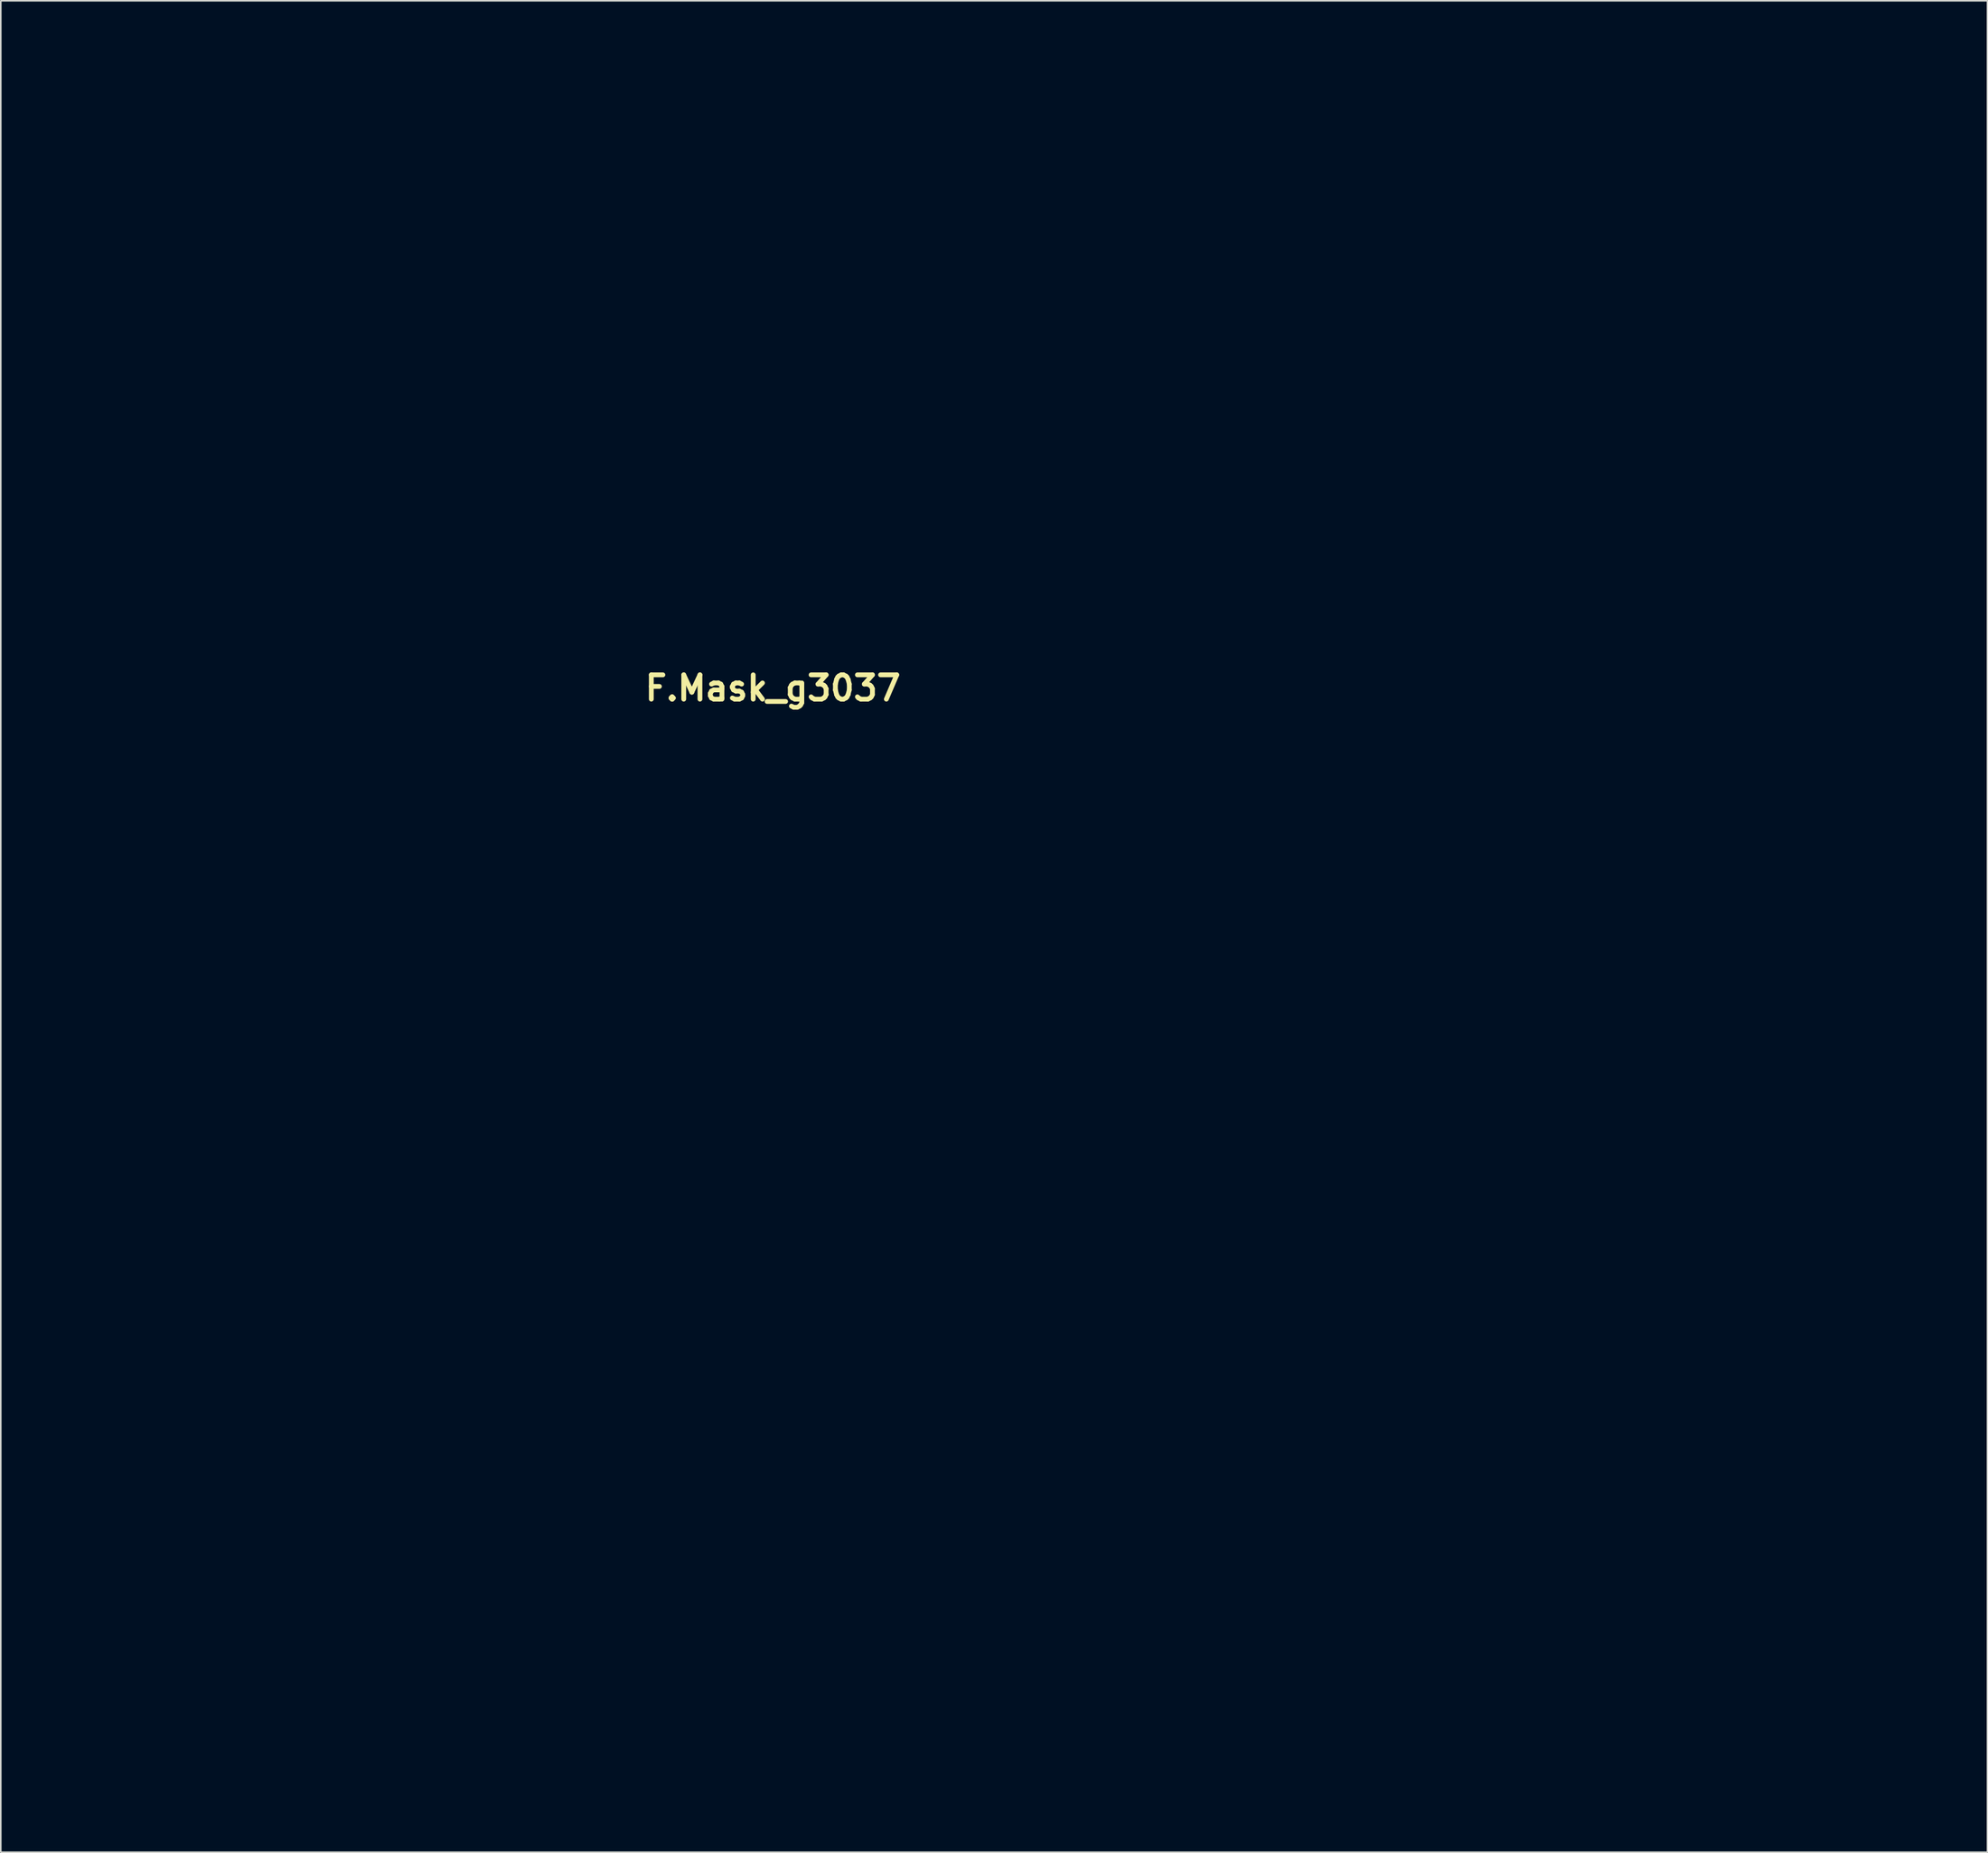
<source format=kicad_pcb>
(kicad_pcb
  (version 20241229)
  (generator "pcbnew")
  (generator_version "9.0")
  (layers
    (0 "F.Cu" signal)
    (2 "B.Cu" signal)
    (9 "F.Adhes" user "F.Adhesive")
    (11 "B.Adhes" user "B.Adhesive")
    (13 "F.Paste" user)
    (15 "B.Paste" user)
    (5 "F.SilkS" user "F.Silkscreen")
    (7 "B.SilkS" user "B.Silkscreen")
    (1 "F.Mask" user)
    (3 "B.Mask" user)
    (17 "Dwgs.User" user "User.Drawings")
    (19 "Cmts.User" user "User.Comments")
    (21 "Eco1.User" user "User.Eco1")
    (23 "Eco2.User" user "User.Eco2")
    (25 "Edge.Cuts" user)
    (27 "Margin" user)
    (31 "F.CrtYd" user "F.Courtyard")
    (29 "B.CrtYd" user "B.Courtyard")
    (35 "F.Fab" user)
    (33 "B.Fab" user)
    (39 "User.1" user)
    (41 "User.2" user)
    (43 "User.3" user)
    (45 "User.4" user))
  (footprint "F.Mask_g3037"
    (layer "F.Cu")
    (at 45.396 40.103)
    (property "Reference" "F.Mask_g3037" (at 0 0 0) (layer "F.SilkS") (effects (font (size 1.524 1.524) (thickness 0.3))))
    (attr through_hole)
    (fp_poly (pts (xy 19.175 37.42) (xy 19.21 37.473) (xy 19.256 37.548) (xy 19.309 37.636) (xy 19.315 37.646) (xy 19.484 37.945) (xy 19.636 38.242) (xy 19.766 38.531) (xy 19.872 38.805) (xy 19.951 39.057) (xy 19.953 39.068) (xy 19.998 39.298) (xy 20.013 39.538) (xy 20.001 39.778) (xy 19.962 40.008) (xy 19.897 40.218) (xy 19.864 40.293) (xy 19.775 40.441) (xy 19.655 40.577) (xy 19.504 40.699) (xy 19.319 40.81) (xy 19.1 40.908) (xy 18.846 40.996) (xy 18.555 41.072) (xy 18.226 41.138) (xy 17.859 41.194) (xy 17.451 41.241) (xy 17.441 41.242) (xy 17.317 41.255) (xy 17.196 41.266) (xy 17.091 41.277) (xy 17.013 41.284) (xy 16.992 41.286) (xy 16.926 41.291) (xy 16.882 41.292) (xy 16.87 41.289) (xy 16.885 41.273) (xy 16.928 41.237) (xy 16.99 41.185) (xy 17.066 41.124) (xy 17.404 40.829) (xy 17.72 40.501) (xy 18.011 40.144) (xy 18.275 39.763) (xy 18.509 39.361) (xy 18.711 38.944) (xy 18.879 38.515) (xy 19.01 38.078) (xy 19.102 37.638) (xy 19.124 37.489) (xy 19.136 37.428) (xy 19.149 37.396) (xy 19.158 37.395) (xy 19.175 37.42)) (stroke (width 0.01) (type solid)) (fill yes) (layer "F.Mask"))
    (fp_poly (pts (xy -4.348 -40.082) (xy -4.32 -40.032) (xy -4.277 -39.951) (xy -4.221 -39.845) (xy -4.154 -39.715) (xy -4.079 -39.567) (xy -3.997 -39.404) (xy -3.947 -39.304) (xy -3.545 -38.499) (xy -3.45 -38.51) (xy -3.366 -38.519) (xy -3.254 -38.531) (xy -3.118 -38.544) (xy -2.963 -38.559) (xy -2.794 -38.574) (xy -2.615 -38.59) (xy -2.433 -38.607) (xy -2.251 -38.623) (xy -2.075 -38.638) (xy -1.91 -38.652) (xy -1.76 -38.664) (xy -1.63 -38.675) (xy -1.526 -38.683) (xy -1.451 -38.688) (xy -1.412 -38.689) (xy -1.407 -38.689) (xy -1.416 -38.67) (xy -1.447 -38.619) (xy -1.497 -38.541) (xy -1.564 -38.438) (xy -1.646 -38.315) (xy -1.74 -38.175) (xy -1.844 -38.021) (xy -1.928 -37.898) (xy -2.46 -37.119) (xy -2.425 -37.046) (xy -2.409 -37.016) (xy -2.376 -36.951) (xy -2.326 -36.855) (xy -2.261 -36.731) (xy -2.183 -36.583) (xy -2.094 -36.414) (xy -1.995 -36.226) (xy -1.888 -36.023) (xy -1.775 -35.809) (xy -1.695 -35.658) (xy -1.549 -35.381) (xy -1.422 -35.14) (xy -1.311 -34.931) (xy -1.217 -34.752) (xy -1.138 -34.602) (xy -1.073 -34.477) (xy -1.02 -34.376) (xy -0.979 -34.295) (xy -0.947 -34.233) (xy -0.925 -34.188) (xy -0.911 -34.156) (xy -0.903 -34.137) (xy -0.901 -34.126) (xy -0.903 -34.122) (xy -0.908 -34.123) (xy -0.915 -34.126) (xy -0.919 -34.127) (xy -0.942 -34.14) (xy -0.998 -34.174) (xy -1.084 -34.225) (xy -1.199 -34.294) (xy -1.338 -34.378) (xy -1.499 -34.476) (xy -1.679 -34.586) (xy -1.876 -34.705) (xy -2.086 -34.833) (xy -2.307 -34.968) (xy -2.36 -35.001) (xy -3.768 -35.861) (xy -3.837 -35.809) (xy -3.9 -35.762) (xy -3.988 -35.696) (xy -4.099 -35.613) (xy -4.229 -35.517) (xy -4.373 -35.41) (xy -4.53 -35.294) (xy -4.696 -35.172) (xy -4.867 -35.046) (xy -5.039 -34.918) (xy -5.21 -34.792) (xy -5.377 -34.67) (xy -5.535 -34.554) (xy -5.681 -34.446) (xy -5.812 -34.35) (xy -5.925 -34.267) (xy -6.017 -34.2) (xy -6.083 -34.152) (xy -6.12 -34.126) (xy -6.128 -34.121) (xy -6.138 -34.126) (xy -6.131 -34.146) (xy -6.112 -34.203) (xy -6.08 -34.294) (xy -6.039 -34.415) (xy -5.987 -34.562) (xy -5.928 -34.734) (xy -5.861 -34.926) (xy -5.789 -35.135) (xy -5.711 -35.358) (xy -5.663 -35.496) (xy -5.583 -35.726) (xy -5.508 -35.944) (xy -5.439 -36.147) (xy -5.377 -36.331) (xy -5.323 -36.494) (xy -5.277 -36.632) (xy -5.242 -36.742) (xy -5.218 -36.82) (xy -5.207 -36.864) (xy -5.206 -36.872) (xy -5.253 -36.902) (xy -5.327 -36.951) (xy -5.426 -37.017) (xy -5.545 -37.097) (xy -5.681 -37.188) (xy -5.831 -37.289) (xy -5.989 -37.396) (xy -6.154 -37.508) (xy -6.32 -37.621) (xy -6.485 -37.733) (xy -6.645 -37.842) (xy -6.796 -37.944) (xy -6.933 -38.039) (xy -7.055 -38.122) (xy -7.156 -38.192) (xy -7.233 -38.246) (xy -7.283 -38.281) (xy -7.302 -38.295) (xy -7.302 -38.296) (xy -7.281 -38.299) (xy -7.222 -38.302) (xy -7.129 -38.304) (xy -7.003 -38.307) (xy -6.851 -38.31) (xy -6.675 -38.312) (xy -6.479 -38.314) (xy -6.266 -38.316) (xy -6.082 -38.317) (xy -4.861 -38.322) (xy -4.616 -39.204) (xy -4.564 -39.39) (xy -4.515 -39.563) (xy -4.471 -39.719) (xy -4.433 -39.854) (xy -4.401 -39.963) (xy -4.378 -40.042) (xy -4.363 -40.088) (xy -4.36 -40.098) (xy -4.348 -40.082)) (stroke (width 0.01) (type solid)) (fill yes) (layer "F.Mask"))
    (fp_poly (pts (xy 40.775 -40.062) (xy 40.794 -39.999) (xy 40.821 -39.904) (xy 40.856 -39.782) (xy 40.897 -39.636) (xy 40.943 -39.471) (xy 40.993 -39.292) (xy 41.023 -39.185) (xy 41.264 -38.312) (xy 42.487 -38.312) (xy 42.71 -38.311) (xy 42.92 -38.311) (xy 43.113 -38.309) (xy 43.285 -38.308) (xy 43.433 -38.306) (xy 43.553 -38.304) (xy 43.641 -38.301) (xy 43.694 -38.298) (xy 43.708 -38.296) (xy 43.691 -38.282) (xy 43.643 -38.248) (xy 43.566 -38.194) (xy 43.465 -38.124) (xy 43.343 -38.041) (xy 43.204 -37.945) (xy 43.051 -37.841) (xy 42.887 -37.73) (xy 42.718 -37.615) (xy 42.545 -37.498) (xy 42.373 -37.382) (xy 42.204 -37.268) (xy 42.044 -37.16) (xy 41.895 -37.06) (xy 41.76 -36.97) (xy 41.644 -36.893) (xy 41.609 -36.871) (xy 41.613 -36.849) (xy 41.63 -36.791) (xy 41.658 -36.699) (xy 41.697 -36.578) (xy 41.746 -36.429) (xy 41.803 -36.257) (xy 41.868 -36.065) (xy 41.939 -35.856) (xy 42.016 -35.634) (xy 42.059 -35.51) (xy 42.138 -35.282) (xy 42.213 -35.064) (xy 42.282 -34.862) (xy 42.345 -34.678) (xy 42.4 -34.516) (xy 42.446 -34.379) (xy 42.482 -34.27) (xy 42.506 -34.192) (xy 42.519 -34.15) (xy 42.52 -34.142) (xy 42.503 -34.151) (xy 42.454 -34.183) (xy 42.376 -34.237) (xy 42.273 -34.31) (xy 42.147 -34.4) (xy 42.001 -34.505) (xy 41.838 -34.624) (xy 41.66 -34.755) (xy 41.47 -34.895) (xy 41.342 -34.989) (xy 41.108 -35.162) (xy 40.905 -35.311) (xy 40.732 -35.438) (xy 40.586 -35.544) (xy 40.465 -35.631) (xy 40.366 -35.701) (xy 40.289 -35.754) (xy 40.229 -35.793) (xy 40.186 -35.818) (xy 40.156 -35.832) (xy 40.138 -35.837) (xy 40.132 -35.835) (xy 40.109 -35.821) (xy 40.052 -35.787) (xy 39.964 -35.734) (xy 39.849 -35.664) (xy 39.71 -35.579) (xy 39.549 -35.481) (xy 39.369 -35.371) (xy 39.173 -35.251) (xy 38.964 -35.123) (xy 38.744 -34.989) (xy 38.723 -34.976) (xy 38.503 -34.842) (xy 38.293 -34.714) (xy 38.096 -34.594) (xy 37.915 -34.484) (xy 37.753 -34.385) (xy 37.612 -34.3) (xy 37.495 -34.229) (xy 37.406 -34.176) (xy 37.347 -34.141) (xy 37.321 -34.126) (xy 37.32 -34.125) (xy 37.298 -34.125) (xy 37.303 -34.151) (xy 37.315 -34.175) (xy 37.345 -34.234) (xy 37.392 -34.324) (xy 37.454 -34.443) (xy 37.53 -34.587) (xy 37.618 -34.755) (xy 37.717 -34.942) (xy 37.824 -35.146) (xy 37.939 -35.364) (xy 38.061 -35.593) (xy 38.091 -35.65) (xy 38.865 -37.112) (xy 38.668 -37.399) (xy 38.601 -37.498) (xy 38.516 -37.622) (xy 38.418 -37.764) (xy 38.314 -37.916) (xy 38.21 -38.069) (xy 38.13 -38.185) (xy 38.031 -38.329) (xy 37.954 -38.443) (xy 37.897 -38.529) (xy 37.857 -38.592) (xy 37.833 -38.635) (xy 37.822 -38.663) (xy 37.822 -38.678) (xy 37.831 -38.686) (xy 37.845 -38.688) (xy 37.875 -38.688) (xy 37.942 -38.683) (xy 38.041 -38.676) (xy 38.166 -38.666) (xy 38.313 -38.653) (xy 38.476 -38.639) (xy 38.65 -38.624) (xy 38.831 -38.608) (xy 39.012 -38.592) (xy 39.189 -38.576) (xy 39.356 -38.56) (xy 39.509 -38.545) (xy 39.642 -38.532) (xy 39.75 -38.521) (xy 39.828 -38.512) (xy 39.84 -38.511) (xy 39.94 -38.498) (xy 40.345 -39.309) (xy 40.457 -39.532) (xy 40.552 -39.718) (xy 40.63 -39.866) (xy 40.69 -39.977) (xy 40.733 -40.051) (xy 40.759 -40.086) (xy 40.766 -40.089) (xy 40.775 -40.062)) (stroke (width 0.01) (type solid)) (fill yes) (layer "F.Mask"))
    (fp_poly (pts (xy 67.528 43.123) (xy 67.557 43.173) (xy 67.601 43.255) (xy 67.659 43.366) (xy 67.73 43.503) (xy 67.812 43.662) (xy 67.904 43.842) (xy 68.003 44.039) (xy 68.109 44.249) (xy 68.182 44.394) (xy 68.835 45.701) (xy 68.956 45.687) (xy 69.024 45.68) (xy 69.125 45.67) (xy 69.256 45.657) (xy 69.413 45.642) (xy 69.591 45.625) (xy 69.789 45.606) (xy 70 45.586) (xy 70.222 45.565) (xy 70.451 45.543) (xy 70.682 45.521) (xy 70.913 45.499) (xy 71.139 45.478) (xy 71.356 45.458) (xy 71.561 45.439) (xy 71.749 45.422) (xy 71.917 45.406) (xy 72.062 45.393) (xy 72.178 45.383) (xy 72.262 45.376) (xy 72.311 45.372) (xy 72.323 45.371) (xy 72.312 45.389) (xy 72.279 45.439) (xy 72.227 45.519) (xy 72.156 45.625) (xy 72.068 45.755) (xy 71.966 45.907) (xy 71.851 46.076) (xy 71.725 46.262) (xy 71.59 46.46) (xy 71.458 46.653) (xy 70.587 47.93) (xy 70.618 47.994) (xy 70.632 48.021) (xy 70.664 48.082) (xy 70.713 48.177) (xy 70.779 48.302) (xy 70.86 48.455) (xy 70.954 48.634) (xy 71.061 48.836) (xy 71.179 49.059) (xy 71.307 49.302) (xy 71.444 49.561) (xy 71.588 49.834) (xy 71.739 50.119) (xy 71.891 50.406) (xy 72.046 50.7) (xy 72.195 50.983) (xy 72.338 51.253) (xy 72.472 51.509) (xy 72.597 51.748) (xy 72.712 51.967) (xy 72.815 52.165) (xy 72.906 52.339) (xy 72.983 52.487) (xy 73.044 52.606) (xy 73.089 52.695) (xy 73.117 52.751) (xy 73.126 52.772) (xy 73.126 52.772) (xy 73.108 52.763) (xy 73.055 52.734) (xy 72.971 52.685) (xy 72.857 52.618) (xy 72.716 52.533) (xy 72.549 52.433) (xy 72.359 52.319) (xy 72.148 52.191) (xy 71.918 52.052) (xy 71.671 51.902) (xy 71.409 51.743) (xy 71.135 51.576) (xy 70.851 51.402) (xy 70.803 51.373) (xy 70.496 51.185) (xy 70.204 51.007) (xy 69.927 50.839) (xy 69.669 50.683) (xy 69.431 50.539) (xy 69.215 50.409) (xy 69.022 50.294) (xy 68.855 50.194) (xy 68.715 50.112) (xy 68.604 50.047) (xy 68.524 50.002) (xy 68.477 49.977) (xy 68.464 49.972) (xy 68.414 50.01) (xy 68.335 50.069) (xy 68.229 50.148) (xy 68.101 50.243) (xy 67.951 50.354) (xy 67.783 50.478) (xy 67.6 50.613) (xy 67.404 50.758) (xy 67.198 50.91) (xy 66.984 51.067) (xy 66.765 51.228) (xy 66.544 51.391) (xy 66.323 51.553) (xy 66.106 51.713) (xy 65.894 51.869) (xy 65.691 52.018) (xy 65.498 52.159) (xy 65.319 52.291) (xy 65.157 52.41) (xy 65.014 52.515) (xy 64.892 52.604) (xy 64.794 52.675) (xy 64.724 52.726) (xy 64.683 52.755) (xy 64.673 52.761) (xy 64.663 52.755) (xy 64.667 52.719) (xy 64.687 52.651) (xy 64.717 52.564) (xy 64.761 52.441) (xy 64.814 52.29) (xy 64.876 52.115) (xy 64.944 51.919) (xy 65.019 51.706) (xy 65.099 51.477) (xy 65.182 51.236) (xy 65.269 50.987) (xy 65.357 50.733) (xy 65.446 50.476) (xy 65.535 50.22) (xy 65.622 49.968) (xy 65.707 49.723) (xy 65.788 49.488) (xy 65.864 49.267) (xy 65.935 49.061) (xy 65.998 48.876) (xy 66.054 48.713) (xy 66.1 48.576) (xy 66.137 48.467) (xy 66.162 48.391) (xy 66.175 48.35) (xy 66.177 48.344) (xy 66.159 48.331) (xy 66.108 48.295) (xy 66.027 48.24) (xy 65.917 48.165) (xy 65.782 48.074) (xy 65.624 47.967) (xy 65.446 47.846) (xy 65.249 47.713) (xy 65.035 47.569) (xy 64.809 47.417) (xy 64.571 47.256) (xy 64.456 47.179) (xy 62.743 46.027) (xy 66.71 46.016) (xy 67.108 44.572) (xy 67.174 44.332) (xy 67.237 44.105) (xy 67.296 43.892) (xy 67.35 43.698) (xy 67.398 43.526) (xy 67.439 43.379) (xy 67.472 43.261) (xy 67.497 43.174) (xy 67.513 43.122) (xy 67.517 43.108) (xy 67.528 43.123)) (stroke (width 0.01) (type solid)) (fill yes) (layer "F.Mask"))
    (fp_poly (pts (xy 14.433 33.155) (xy 14.588 33.196) (xy 14.652 33.217) (xy 14.753 33.252) (xy 14.847 33.287) (xy 14.922 33.318) (xy 14.958 33.334) (xy 15.037 33.375) (xy 14.9 33.443) (xy 14.611 33.61) (xy 14.327 33.816) (xy 14.05 34.058) (xy 13.783 34.334) (xy 13.527 34.64) (xy 13.285 34.973) (xy 13.06 35.331) (xy 12.853 35.71) (xy 12.667 36.108) (xy 12.504 36.521) (xy 12.447 36.687) (xy 12.408 36.809) (xy 12.383 36.898) (xy 12.37 36.96) (xy 12.371 37.001) (xy 12.383 37.029) (xy 12.407 37.049) (xy 12.421 37.054) (xy 12.439 37.053) (xy 12.465 37.043) (xy 12.5 37.022) (xy 12.548 36.988) (xy 12.613 36.937) (xy 12.696 36.869) (xy 12.801 36.781) (xy 12.932 36.67) (xy 13.09 36.534) (xy 13.155 36.478) (xy 13.444 36.232) (xy 13.707 36.014) (xy 13.946 35.822) (xy 14.165 35.655) (xy 14.366 35.509) (xy 14.553 35.383) (xy 14.729 35.275) (xy 14.897 35.183) (xy 15.06 35.104) (xy 15.22 35.037) (xy 15.335 34.995) (xy 15.432 34.963) (xy 15.508 34.941) (xy 15.576 34.927) (xy 15.647 34.919) (xy 15.736 34.916) (xy 15.854 34.915) (xy 16.01 34.918) (xy 16.135 34.928) (xy 16.24 34.949) (xy 16.338 34.983) (xy 16.438 35.033) (xy 16.498 35.068) (xy 16.594 35.137) (xy 16.705 35.233) (xy 16.824 35.35) (xy 16.944 35.48) (xy 17.057 35.617) (xy 17.093 35.664) (xy 17.191 35.806) (xy 17.29 35.973) (xy 17.385 36.15) (xy 17.465 36.323) (xy 17.512 36.441) (xy 17.596 36.739) (xy 17.645 37.055) (xy 17.66 37.386) (xy 17.638 37.727) (xy 17.582 38.074) (xy 17.491 38.422) (xy 17.483 38.449) (xy 17.337 38.844) (xy 17.162 39.217) (xy 16.959 39.567) (xy 16.731 39.892) (xy 16.478 40.189) (xy 16.204 40.456) (xy 15.91 40.692) (xy 15.599 40.894) (xy 15.272 41.061) (xy 14.932 41.19) (xy 14.69 41.256) (xy 14.536 41.284) (xy 14.359 41.303) (xy 14.171 41.312) (xy 13.987 41.312) (xy 13.82 41.302) (xy 13.705 41.287) (xy 13.375 41.204) (xy 13.046 41.08) (xy 12.722 40.918) (xy 12.404 40.717) (xy 12.095 40.481) (xy 11.797 40.21) (xy 11.512 39.907) (xy 11.243 39.572) (xy 11.2 39.513) (xy 11.142 39.437) (xy 11.092 39.377) (xy 11.054 39.338) (xy 11.037 39.328) (xy 11.004 39.341) (xy 10.966 39.371) (xy 10.944 39.401) (xy 10.943 39.407) (xy 10.953 39.429) (xy 10.978 39.481) (xy 11.015 39.555) (xy 11.056 39.633) (xy 11.284 40.032) (xy 11.528 40.393) (xy 11.789 40.72) (xy 12.072 41.016) (xy 12.377 41.283) (xy 12.709 41.525) (xy 12.898 41.644) (xy 12.936 41.671) (xy 12.949 41.688) (xy 12.949 41.689) (xy 12.922 41.699) (xy 12.858 41.715) (xy 12.761 41.735) (xy 12.637 41.759) (xy 12.49 41.787) (xy 12.325 41.817) (xy 12.146 41.848) (xy 11.958 41.881) (xy 11.766 41.913) (xy 11.574 41.944) (xy 11.388 41.974) (xy 11.212 42.002) (xy 11.051 42.026) (xy 10.909 42.046) (xy 10.791 42.061) (xy 10.727 42.069) (xy 10.581 42.081) (xy 10.416 42.089) (xy 10.24 42.095) (xy 10.064 42.097) (xy 9.897 42.096) (xy 9.748 42.091) (xy 9.626 42.083) (xy 9.578 42.077) (xy 9.469 42.057) (xy 9.349 42.026) (xy 9.231 41.989) (xy 9.127 41.95) (xy 9.05 41.913) (xy 9.037 41.905) (xy 8.955 41.827) (xy 8.891 41.713) (xy 8.846 41.566) (xy 8.819 41.39) (xy 8.812 41.189) (xy 8.823 40.993) (xy 8.86 40.707) (xy 8.92 40.395) (xy 9.004 40.056) (xy 9.111 39.689) (xy 9.242 39.292) (xy 9.398 38.865) (xy 9.578 38.407) (xy 9.783 37.918) (xy 10.013 37.395) (xy 10.044 37.327) (xy 10.225 36.942) (xy 10.406 36.591) (xy 10.591 36.267) (xy 10.786 35.962) (xy 10.995 35.668) (xy 11.223 35.377) (xy 11.445 35.115) (xy 11.735 34.804) (xy 12.045 34.504) (xy 12.37 34.22) (xy 12.705 33.954) (xy 13.044 33.713) (xy 13.382 33.499) (xy 13.712 33.318) (xy 13.924 33.218) (xy 14.055 33.168) (xy 14.177 33.141) (xy 14.3 33.137) (xy 14.433 33.155)) (stroke (width 0.01) (type solid)) (fill yes) (layer "F.Mask"))
    (fp_poly (pts (xy 38.52 19.65) (xy 38.53 19.708) (xy 38.544 19.791) (xy 38.559 19.892) (xy 38.574 20.002) (xy 38.589 20.113) (xy 38.601 20.216) (xy 38.607 20.267) (xy 38.626 20.467) (xy 38.641 20.666) (xy 38.653 20.872) (xy 38.662 21.091) (xy 38.668 21.331) (xy 38.671 21.598) (xy 38.672 21.901) (xy 38.672 21.914) (xy 38.667 22.478) (xy 38.65 23.031) (xy 38.622 23.58) (xy 38.581 24.132) (xy 38.527 24.692) (xy 38.46 25.269) (xy 38.379 25.867) (xy 38.283 26.495) (xy 38.225 26.85) (xy 38.061 27.76) (xy 37.883 28.632) (xy 37.689 29.47) (xy 37.479 30.274) (xy 37.252 31.048) (xy 37.008 31.794) (xy 36.745 32.514) (xy 36.464 33.211) (xy 36.363 33.445) (xy 36.299 33.589) (xy 36.221 33.756) (xy 36.133 33.94) (xy 36.039 34.133) (xy 35.943 34.328) (xy 35.847 34.518) (xy 35.756 34.696) (xy 35.674 34.853) (xy 35.603 34.983) (xy 35.57 35.041) (xy 35.276 35.511) (xy 34.944 35.967) (xy 34.577 36.407) (xy 34.178 36.827) (xy 33.75 37.224) (xy 33.297 37.595) (xy 32.821 37.936) (xy 32.808 37.945) (xy 32.407 38.198) (xy 32.002 38.426) (xy 31.598 38.627) (xy 31.197 38.799) (xy 30.806 38.94) (xy 30.427 39.049) (xy 30.066 39.123) (xy 30.029 39.129) (xy 29.951 39.138) (xy 29.84 39.146) (xy 29.705 39.154) (xy 29.553 39.161) (xy 29.393 39.166) (xy 29.232 39.17) (xy 29.079 39.173) (xy 28.941 39.174) (xy 28.827 39.172) (xy 28.744 39.169) (xy 28.723 39.167) (xy 28.362 39.118) (xy 28.033 39.059) (xy 27.73 38.988) (xy 27.443 38.902) (xy 27.164 38.799) (xy 26.884 38.677) (xy 26.808 38.64) (xy 26.406 38.421) (xy 26.024 38.166) (xy 25.663 37.875) (xy 25.326 37.552) (xy 25.015 37.196) (xy 24.825 36.946) (xy 24.56 36.543) (xy 24.318 36.106) (xy 24.1 35.637) (xy 23.908 35.139) (xy 23.856 34.988) (xy 23.817 34.864) (xy 23.775 34.721) (xy 23.733 34.566) (xy 23.691 34.408) (xy 23.652 34.254) (xy 23.618 34.112) (xy 23.592 33.991) (xy 23.574 33.898) (xy 23.57 33.864) (xy 23.558 33.75) (xy 23.63 33.932) (xy 23.813 34.348) (xy 24.017 34.73) (xy 24.247 35.087) (xy 24.508 35.424) (xy 24.802 35.747) (xy 24.848 35.793) (xy 25.19 36.108) (xy 25.544 36.383) (xy 25.915 36.621) (xy 26.303 36.824) (xy 26.713 36.992) (xy 26.854 37.041) (xy 27.183 37.139) (xy 27.498 37.212) (xy 27.814 37.261) (xy 28.142 37.288) (xy 28.467 37.296) (xy 28.931 37.275) (xy 29.384 37.214) (xy 29.825 37.112) (xy 30.256 36.969) (xy 30.675 36.785) (xy 31.083 36.56) (xy 31.278 36.436) (xy 31.658 36.157) (xy 32.008 35.85) (xy 32.326 35.514) (xy 32.613 35.153) (xy 32.866 34.766) (xy 33.086 34.357) (xy 33.27 33.926) (xy 33.419 33.475) (xy 33.531 33.006) (xy 33.553 32.882) (xy 33.573 32.735) (xy 33.588 32.555) (xy 33.599 32.354) (xy 33.604 32.14) (xy 33.605 31.924) (xy 33.601 31.714) (xy 33.591 31.52) (xy 33.577 31.351) (xy 33.564 31.253) (xy 33.466 30.775) (xy 33.333 30.32) (xy 33.165 29.887) (xy 32.96 29.473) (xy 32.718 29.077) (xy 32.437 28.695) (xy 32.429 28.686) (xy 32.308 28.544) (xy 32.161 28.387) (xy 31.999 28.226) (xy 31.833 28.069) (xy 31.672 27.928) (xy 31.531 27.814) (xy 31.323 27.656) (xy 31.385 27.602) (xy 31.423 27.57) (xy 31.485 27.516) (xy 31.566 27.448) (xy 31.656 27.371) (xy 31.704 27.331) (xy 32.127 26.957) (xy 32.521 26.58) (xy 32.883 26.201) (xy 33.212 25.822) (xy 33.507 25.445) (xy 33.767 25.07) (xy 33.991 24.701) (xy 34.176 24.339) (xy 34.322 23.985) (xy 34.351 23.902) (xy 34.417 23.685) (xy 34.464 23.485) (xy 34.494 23.287) (xy 34.509 23.074) (xy 34.512 22.928) (xy 34.515 22.583) (xy 34.881 22.266) (xy 35.371 21.846) (xy 35.841 21.457) (xy 36.29 21.098) (xy 36.716 20.77) (xy 37.121 20.474) (xy 37.501 20.21) (xy 37.858 19.98) (xy 37.984 19.903) (xy 38.084 19.844) (xy 38.187 19.785) (xy 38.287 19.731) (xy 38.376 19.685) (xy 38.448 19.649) (xy 38.496 19.629) (xy 38.513 19.625) (xy 38.52 19.65)) (stroke (width 0.01) (type solid)) (fill yes) (layer "F.Mask"))
    (fp_poly (pts (xy -40.6 43.14) (xy -40.578 43.173) (xy -40.546 43.226) (xy -40.504 43.303) (xy -40.451 43.404) (xy -40.384 43.532) (xy -40.304 43.689) (xy -40.208 43.878) (xy -40.096 44.1) (xy -39.967 44.357) (xy -39.953 44.386) (xy -39.843 44.605) (xy -39.74 44.812) (xy -39.644 45.004) (xy -39.556 45.18) (xy -39.478 45.334) (xy -39.413 45.465) (xy -39.361 45.569) (xy -39.323 45.643) (xy -39.302 45.685) (xy -39.298 45.693) (xy -39.277 45.691) (xy -39.218 45.686) (xy -39.124 45.678) (xy -39 45.667) (xy -38.848 45.653) (xy -38.674 45.637) (xy -38.481 45.619) (xy -38.272 45.599) (xy -38.052 45.579) (xy -37.825 45.557) (xy -37.593 45.536) (xy -37.362 45.514) (xy -37.135 45.492) (xy -36.915 45.471) (xy -36.707 45.451) (xy -36.514 45.433) (xy -36.341 45.416) (xy -36.19 45.401) (xy -36.067 45.389) (xy -35.974 45.38) (xy -35.916 45.374) (xy -35.902 45.372) (xy -35.844 45.367) (xy -35.82 45.374) (xy -35.821 45.389) (xy -35.834 45.411) (xy -35.87 45.465) (xy -35.925 45.548) (xy -35.998 45.657) (xy -36.086 45.788) (xy -36.188 45.939) (xy -36.302 46.107) (xy -36.425 46.288) (xy -36.556 46.48) (xy -36.581 46.516) (xy -36.716 46.714) (xy -36.847 46.906) (xy -36.971 47.088) (xy -37.086 47.257) (xy -37.189 47.408) (xy -37.278 47.539) (xy -37.351 47.646) (xy -37.405 47.726) (xy -37.437 47.774) (xy -37.439 47.776) (xy -37.547 47.937) (xy -36.319 50.263) (xy -36.129 50.622) (xy -35.958 50.945) (xy -35.806 51.235) (xy -35.669 51.492) (xy -35.549 51.72) (xy -35.444 51.92) (xy -35.353 52.093) (xy -35.275 52.241) (xy -35.208 52.368) (xy -35.153 52.473) (xy -35.108 52.559) (xy -35.072 52.628) (xy -35.045 52.683) (xy -35.024 52.723) (xy -35.01 52.752) (xy -35.001 52.772) (xy -34.997 52.784) (xy -34.996 52.789) (xy -34.997 52.791) (xy -35 52.79) (xy -35.003 52.789) (xy -35.004 52.789) (xy -35.024 52.778) (xy -35.077 52.747) (xy -35.163 52.695) (xy -35.278 52.626) (xy -35.421 52.54) (xy -35.588 52.438) (xy -35.78 52.322) (xy -35.992 52.192) (xy -36.223 52.052) (xy -36.47 51.901) (xy -36.733 51.74) (xy -37.007 51.573) (xy -37.292 51.398) (xy -37.336 51.371) (xy -39.653 49.954) (xy -39.718 50.003) (xy -39.803 50.068) (xy -39.914 50.151) (xy -40.048 50.251) (xy -40.202 50.365) (xy -40.373 50.492) (xy -40.56 50.63) (xy -40.758 50.777) (xy -40.967 50.93) (xy -41.182 51.089) (xy -41.402 51.251) (xy -41.623 51.414) (xy -41.844 51.576) (xy -42.061 51.736) (xy -42.272 51.891) (xy -42.474 52.039) (xy -42.665 52.179) (xy -42.842 52.308) (xy -43.002 52.425) (xy -43.143 52.528) (xy -43.262 52.614) (xy -43.357 52.683) (xy -43.424 52.731) (xy -43.462 52.757) (xy -43.469 52.761) (xy -43.464 52.741) (xy -43.445 52.682) (xy -43.415 52.589) (xy -43.372 52.464) (xy -43.32 52.308) (xy -43.258 52.126) (xy -43.187 51.92) (xy -43.108 51.691) (xy -43.023 51.443) (xy -42.931 51.178) (xy -42.834 50.899) (xy -42.733 50.608) (xy -42.716 50.56) (xy -42.614 50.267) (xy -42.516 49.986) (xy -42.423 49.718) (xy -42.336 49.466) (xy -42.255 49.234) (xy -42.182 49.023) (xy -42.118 48.836) (xy -42.063 48.675) (xy -42.018 48.544) (xy -41.984 48.445) (xy -41.962 48.38) (xy -41.953 48.352) (xy -41.953 48.351) (xy -41.97 48.337) (xy -42.02 48.302) (xy -42.101 48.245) (xy -42.21 48.17) (xy -42.344 48.079) (xy -42.501 47.971) (xy -42.68 47.85) (xy -42.876 47.717) (xy -43.089 47.573) (xy -43.316 47.42) (xy -43.554 47.26) (xy -43.672 47.181) (xy -45.391 46.027) (xy -43.408 46.022) (xy -43.074 46.021) (xy -42.779 46.02) (xy -42.521 46.019) (xy -42.298 46.018) (xy -42.107 46.016) (xy -41.946 46.015) (xy -41.812 46.013) (xy -41.703 46.011) (xy -41.616 46.009) (xy -41.549 46.006) (xy -41.498 46.003) (xy -41.463 45.999) (xy -41.439 45.995) (xy -41.425 45.99) (xy -41.417 45.984) (xy -41.415 45.979) (xy -41.408 45.953) (xy -41.39 45.889) (xy -41.363 45.792) (xy -41.328 45.664) (xy -41.285 45.509) (xy -41.235 45.33) (xy -41.18 45.131) (xy -41.121 44.915) (xy -41.058 44.686) (xy -41.022 44.556) (xy -40.957 44.321) (xy -40.895 44.097) (xy -40.837 43.888) (xy -40.783 43.697) (xy -40.736 43.528) (xy -40.695 43.384) (xy -40.663 43.268) (xy -40.639 43.185) (xy -40.625 43.137) (xy -40.621 43.127) (xy -40.614 43.125) (xy -40.6 43.14)) (stroke (width 0.01) (type solid)) (fill yes) (layer "F.Mask"))
    (fp_poly (pts (xy -11.96 23.636) (xy -11.888 23.641) (xy -11.814 23.651) (xy -11.735 23.667) (xy -11.647 23.69) (xy -11.547 23.721) (xy -11.431 23.762) (xy -11.298 23.813) (xy -11.143 23.876) (xy -10.963 23.951) (xy -10.755 24.041) (xy -10.516 24.146) (xy -10.242 24.267) (xy -10.181 24.294) (xy -9.878 24.427) (xy -9.607 24.543) (xy -9.362 24.643) (xy -9.138 24.73) (xy -8.93 24.804) (xy -8.731 24.869) (xy -8.537 24.926) (xy -8.342 24.976) (xy -8.14 25.023) (xy -7.959 25.06) (xy -7.842 25.084) (xy -7.793 25.247) (xy -7.635 25.699) (xy -7.437 26.147) (xy -7.199 26.589) (xy -6.923 27.023) (xy -6.611 27.448) (xy -6.264 27.861) (xy -5.884 28.259) (xy -5.471 28.641) (xy -5.376 28.723) (xy -5.308 28.782) (xy -5.253 28.834) (xy -5.219 28.869) (xy -5.212 28.881) (xy -5.224 28.906) (xy -5.262 28.937) (xy -5.271 28.943) (xy -5.349 28.994) (xy -5.449 29.069) (xy -5.564 29.162) (xy -5.686 29.265) (xy -5.808 29.372) (xy -5.922 29.478) (xy -5.991 29.546) (xy -6.311 29.897) (xy -6.596 30.272) (xy -6.846 30.668) (xy -7.06 31.084) (xy -7.236 31.517) (xy -7.373 31.964) (xy -7.471 32.425) (xy -7.513 32.728) (xy -7.524 32.861) (xy -7.531 33.024) (xy -7.534 33.205) (xy -7.534 33.391) (xy -7.53 33.571) (xy -7.523 33.733) (xy -7.513 33.862) (xy -7.448 34.284) (xy -7.346 34.71) (xy -7.211 35.13) (xy -7.045 35.536) (xy -6.851 35.919) (xy -6.764 36.068) (xy -6.544 36.397) (xy -6.291 36.716) (xy -6.011 37.021) (xy -5.712 37.303) (xy -5.399 37.558) (xy -5.079 37.779) (xy -4.986 37.835) (xy -4.567 38.058) (xy -4.138 38.241) (xy -3.7 38.382) (xy -3.256 38.483) (xy -2.808 38.542) (xy -2.356 38.56) (xy -1.904 38.537) (xy -1.451 38.473) (xy -1.002 38.367) (xy -0.556 38.219) (xy -0.321 38.124) (xy 0.052 37.941) (xy 0.416 37.723) (xy 0.765 37.473) (xy 1.091 37.197) (xy 1.386 36.903) (xy 1.413 36.872) (xy 1.72 36.499) (xy 1.99 36.106) (xy 2.222 35.696) (xy 2.416 35.269) (xy 2.571 34.827) (xy 2.686 34.372) (xy 2.719 34.199) (xy 2.775 33.755) (xy 2.793 33.301) (xy 2.773 32.844) (xy 2.716 32.393) (xy 2.624 31.964) (xy 2.6 31.869) (xy 2.581 31.791) (xy 2.569 31.737) (xy 2.567 31.716) (xy 2.589 31.71) (xy 2.643 31.697) (xy 2.721 31.68) (xy 2.789 31.666) (xy 3.034 31.608) (xy 3.267 31.533) (xy 3.504 31.437) (xy 3.683 31.352) (xy 3.783 31.302) (xy 3.87 31.259) (xy 3.936 31.227) (xy 3.974 31.208) (xy 3.981 31.204) (xy 3.994 31.22) (xy 4.013 31.272) (xy 4.038 31.355) (xy 4.068 31.463) (xy 4.1 31.591) (xy 4.134 31.734) (xy 4.169 31.885) (xy 4.202 32.041) (xy 4.233 32.195) (xy 4.254 32.31) (xy 4.294 32.537) (xy 4.325 32.745) (xy 4.349 32.944) (xy 4.368 33.145) (xy 4.381 33.358) (xy 4.39 33.594) (xy 4.396 33.835) (xy 4.399 34.051) (xy 4.4 34.234) (xy 4.398 34.39) (xy 4.394 34.53) (xy 4.387 34.66) (xy 4.377 34.79) (xy 4.372 34.835) (xy 4.302 35.388) (xy 4.2 35.917) (xy 4.065 36.421) (xy 3.9 36.9) (xy 3.703 37.353) (xy 3.476 37.779) (xy 3.22 38.177) (xy 2.934 38.547) (xy 2.62 38.887) (xy 2.278 39.197) (xy 1.908 39.477) (xy 1.51 39.724) (xy 1.087 39.94) (xy 0.868 40.034) (xy 0.552 40.149) (xy 0.199 40.256) (xy -0.185 40.351) (xy -0.595 40.435) (xy -1.028 40.506) (xy -1.478 40.563) (xy -1.503 40.566) (xy -1.61 40.575) (xy -1.747 40.584) (xy -1.907 40.592) (xy -2.082 40.599) (xy -2.263 40.604) (xy -2.442 40.608) (xy -2.612 40.611) (xy -2.764 40.611) (xy -2.89 40.61) (xy -2.982 40.606) (xy -2.985 40.606) (xy -3.545 40.547) (xy -4.083 40.452) (xy -4.6 40.322) (xy -5.097 40.156) (xy -5.577 39.952) (xy -6.041 39.711) (xy -6.466 39.448) (xy -6.602 39.355) (xy -6.741 39.254) (xy -6.89 39.14) (xy -7.054 39.009) (xy -7.24 38.856) (xy -7.324 38.786) (xy -7.917 38.261) (xy -8.475 37.714) (xy -8.996 37.145) (xy -9.482 36.555) (xy -9.931 35.942) (xy -10.343 35.308) (xy -10.719 34.652) (xy -11.059 33.975) (xy -11.362 33.277) (xy -11.397 33.191) (xy -11.519 32.862) (xy -11.644 32.497) (xy -11.769 32.1) (xy -11.892 31.677) (xy -12.014 31.233) (xy -12.132 30.773) (xy -12.244 30.304) (xy -12.351 29.829) (xy -12.45 29.355) (xy -12.54 28.888) (xy -12.619 28.431) (xy -12.687 27.992) (xy -12.698 27.919) (xy -12.757 27.461) (xy -12.805 27.019) (xy -12.842 26.594) (xy -12.868 26.19) (xy -12.883 25.808) (xy -12.886 25.452) (xy -12.879 25.122) (xy -12.86 24.823) (xy -12.83 24.555) (xy -12.789 24.322) (xy -12.736 24.126) (xy -12.697 24.022) (xy -12.631 23.917) (xy -12.529 23.816) (xy -12.396 23.723) (xy -12.338 23.692) (xy -12.276 23.663) (xy -12.219 23.645) (xy -12.154 23.637) (xy -12.065 23.634) (xy -12.033 23.634) (xy -11.96 23.636)) (stroke (width 0.01) (type solid)) (fill yes) (layer "F.Mask"))
    (fp_poly (pts (xy 24.093 44.97) (xy 24.15 44.975) (xy 24.24 44.982) (xy 24.354 44.991) (xy 24.483 45.002) (xy 24.606 45.012) (xy 25.116 45.059) (xy 25.595 45.119) (xy 26.042 45.191) (xy 26.455 45.274) (xy 26.833 45.368) (xy 27.175 45.473) (xy 27.479 45.588) (xy 27.745 45.714) (xy 27.95 45.835) (xy 28.122 45.968) (xy 28.301 46.139) (xy 28.486 46.346) (xy 28.674 46.586) (xy 28.864 46.856) (xy 29.055 47.155) (xy 29.244 47.478) (xy 29.431 47.824) (xy 29.613 48.188) (xy 29.789 48.57) (xy 29.958 48.966) (xy 30.117 49.372) (xy 30.266 49.787) (xy 30.268 49.795) (xy 30.473 50.437) (xy 30.648 51.079) (xy 30.797 51.729) (xy 30.919 52.393) (xy 31.018 53.08) (xy 31.087 53.721) (xy 31.099 53.889) (xy 31.11 54.093) (xy 31.117 54.323) (xy 31.123 54.574) (xy 31.126 54.837) (xy 31.127 55.107) (xy 31.125 55.375) (xy 31.121 55.634) (xy 31.115 55.877) (xy 31.106 56.097) (xy 31.095 56.286) (xy 31.087 56.388) (xy 30.99 57.231) (xy 30.858 58.051) (xy 30.692 58.85) (xy 30.49 59.629) (xy 30.252 60.39) (xy 29.978 61.136) (xy 29.944 61.222) (xy 29.851 61.453) (xy 29.747 61.493) (xy 29.697 61.511) (xy 29.614 61.54) (xy 29.506 61.578) (xy 29.38 61.621) (xy 29.242 61.668) (xy 29.178 61.689) (xy 28.23 61.989) (xy 27.277 62.251) (xy 26.308 62.479) (xy 26.091 62.525) (xy 26.003 62.543) (xy 25.914 62.561) (xy 25.819 62.579) (xy 25.712 62.598) (xy 25.589 62.621) (xy 25.444 62.646) (xy 25.272 62.675) (xy 25.068 62.71) (xy 24.848 62.747) (xy 24.82 62.75) (xy 24.801 62.74) (xy 24.785 62.709) (xy 24.769 62.651) (xy 24.755 62.594) (xy 24.687 62.347) (xy 24.593 62.078) (xy 24.479 61.798) (xy 24.349 61.516) (xy 24.207 61.241) (xy 24.057 60.984) (xy 24.002 60.897) (xy 23.898 60.741) (xy 23.807 60.619) (xy 23.725 60.525) (xy 23.646 60.453) (xy 23.564 60.4) (xy 23.474 60.359) (xy 23.399 60.334) (xy 23.233 60.307) (xy 23.07 60.319) (xy 22.915 60.366) (xy 22.773 60.446) (xy 22.649 60.555) (xy 22.55 60.691) (xy 22.48 60.849) (xy 22.468 60.889) (xy 22.445 61.008) (xy 22.44 61.119) (xy 22.457 61.229) (xy 22.496 61.345) (xy 22.561 61.475) (xy 22.652 61.626) (xy 22.69 61.684) (xy 22.912 62.051) (xy 23.093 62.428) (xy 23.233 62.813) (xy 23.308 63.098) (xy 23.325 63.178) (xy 23.337 63.25) (xy 23.346 63.325) (xy 23.352 63.409) (xy 23.355 63.511) (xy 23.356 63.64) (xy 23.357 63.786) (xy 23.356 63.948) (xy 23.353 64.077) (xy 23.349 64.18) (xy 23.342 64.266) (xy 23.332 64.344) (xy 23.319 64.421) (xy 23.308 64.471) (xy 23.199 64.877) (xy 23.05 65.283) (xy 22.863 65.686) (xy 22.638 66.083) (xy 22.379 66.473) (xy 22.088 66.851) (xy 21.765 67.216) (xy 21.413 67.564) (xy 21.034 67.893) (xy 20.911 67.991) (xy 20.777 68.091) (xy 20.618 68.204) (xy 20.446 68.322) (xy 20.27 68.438) (xy 20.103 68.544) (xy 19.956 68.632) (xy 19.928 68.648) (xy 19.416 68.917) (xy 18.874 69.16) (xy 18.306 69.375) (xy 17.718 69.561) (xy 17.113 69.718) (xy 16.496 69.842) (xy 15.872 69.934) (xy 15.769 69.945) (xy 15.635 69.957) (xy 15.468 69.967) (xy 15.277 69.976) (xy 15.07 69.982) (xy 14.858 69.987) (xy 14.647 69.989) (xy 14.448 69.989) (xy 14.268 69.986) (xy 14.117 69.98) (xy 14.047 69.976) (xy 13.792 69.951) (xy 13.523 69.916) (xy 13.246 69.873) (xy 12.967 69.822) (xy 12.695 69.765) (xy 12.437 69.704) (xy 12.198 69.64) (xy 11.987 69.575) (xy 11.81 69.51) (xy 11.79 69.502) (xy 11.556 69.39) (xy 11.304 69.246) (xy 11.039 69.075) (xy 10.767 68.881) (xy 10.492 68.667) (xy 10.218 68.439) (xy 9.952 68.199) (xy 9.697 67.952) (xy 9.459 67.703) (xy 9.242 67.456) (xy 9.053 67.213) (xy 9.023 67.172) (xy 8.913 67.008) (xy 8.804 66.824) (xy 8.7 66.629) (xy 8.606 66.431) (xy 8.525 66.241) (xy 8.462 66.068) (xy 8.428 65.945) (xy 8.383 65.7) (xy 8.355 65.425) (xy 8.344 65.131) (xy 8.348 64.826) (xy 8.367 64.521) (xy 8.402 64.223) (xy 8.452 63.944) (xy 8.477 63.839) (xy 8.533 63.64) (xy 8.598 63.446) (xy 8.67 63.267) (xy 8.745 63.111) (xy 8.819 62.985) (xy 8.841 62.955) (xy 8.933 62.8) (xy 8.987 62.634) (xy 9.003 62.463) (xy 8.984 62.294) (xy 8.928 62.133) (xy 8.836 61.985) (xy 8.748 61.891) (xy 8.625 61.796) (xy 8.498 61.736) (xy 8.356 61.708) (xy 8.213 61.706) (xy 8.055 61.726) (xy 7.918 61.772) (xy 7.796 61.848) (xy 7.682 61.959) (xy 7.58 62.091) (xy 7.439 62.319) (xy 7.307 62.582) (xy 7.186 62.872) (xy 7.079 63.181) (xy 6.99 63.503) (xy 6.92 63.829) (xy 6.91 63.881) (xy 6.895 63.968) (xy 6.882 64.037) (xy 6.872 64.08) (xy 6.869 64.089) (xy 6.843 64.092) (xy 6.778 64.091) (xy 6.679 64.086) (xy 6.548 64.077) (xy 6.39 64.065) (xy 6.208 64.051) (xy 6.004 64.033) (xy 5.784 64.013) (xy 5.551 63.992) (xy 5.307 63.969) (xy 5.058 63.944) (xy 4.805 63.919) (xy 4.554 63.893) (xy 4.307 63.867) (xy 4.068 63.841) (xy 3.841 63.815) (xy 3.63 63.791) (xy 3.437 63.767) (xy 3.323 63.752) (xy 3.177 63.733) (xy 3.017 63.712) (xy 2.85 63.689) (xy 2.679 63.666) (xy 2.512 63.643) (xy 2.354 63.62) (xy 2.21 63.6) (xy 2.086 63.582) (xy 1.987 63.568) (xy 1.92 63.558) (xy 1.891 63.553) (xy 1.872 63.541) (xy 1.848 63.512) (xy 1.818 63.46) (xy 1.779 63.382) (xy 1.728 63.274) (xy 1.666 63.135) (xy 1.38 62.461) (xy 1.119 61.792) (xy 0.883 61.129) (xy 0.675 60.477) (xy 0.494 59.839) (xy 0.342 59.218) (xy 0.22 58.616) (xy 0.128 58.038) (xy 0.097 57.785) (xy 0.075 57.563) (xy 0.053 57.308) (xy 0.034 57.024) (xy 0.015 56.717) (xy 0.003 56.483) (xy 7.33 56.483) (xy 7.347 56.766) (xy 7.39 57.061) (xy 7.457 57.36) (xy 7.547 57.654) (xy 7.656 57.933) (xy 7.783 58.191) (xy 7.911 58.398) (xy 8.098 58.639) (xy 8.301 58.844) (xy 8.523 59.016) (xy 8.771 59.16) (xy 8.795 59.172) (xy 9.036 59.276) (xy 9.267 59.345) (xy 9.496 59.381) (xy 9.735 59.386) (xy 9.917 59.371) (xy 10.023 59.353) (xy 10.161 59.319) (xy 10.323 59.273) (xy 10.503 59.216) (xy 10.694 59.152) (xy 10.887 59.082) (xy 11.077 59.008) (xy 11.214 58.951) (xy 11.391 58.873) (xy 11.599 58.775) (xy 11.839 58.659) (xy 12.112 58.522) (xy 12.418 58.366) (xy 12.759 58.188) (xy 13.129 57.994) (xy 13.519 57.789) (xy 13.874 57.606) (xy 14.195 57.443) (xy 14.485 57.3) (xy 14.744 57.177) (xy 14.973 57.073) (xy 15.175 56.987) (xy 15.35 56.919) (xy 15.5 56.868) (xy 15.626 56.834) (xy 15.73 56.816) (xy 15.792 56.812) (xy 15.967 56.82) (xy 16.164 56.845) (xy 16.386 56.887) (xy 16.634 56.947) (xy 16.912 57.025) (xy 17.223 57.123) (xy 17.399 57.181) (xy 17.756 57.299) (xy 18.078 57.399) (xy 18.37 57.482) (xy 18.634 57.549) (xy 18.876 57.601) (xy 19.098 57.638) (xy 19.304 57.661) (xy 19.498 57.671) (xy 19.684 57.669) (xy 19.818 57.659) (xy 20.087 57.623) (xy 20.34 57.565) (xy 20.587 57.482) (xy 20.837 57.37) (xy 21.057 57.252) (xy 21.357 57.065) (xy 21.617 56.87) (xy 21.841 56.663) (xy 22.03 56.442) (xy 22.187 56.204) (xy 22.315 55.946) (xy 22.394 55.734) (xy 22.451 55.536) (xy 22.489 55.342) (xy 22.511 55.141) (xy 22.518 54.919) (xy 22.515 54.76) (xy 22.508 54.612) (xy 22.498 54.482) (xy 22.484 54.362) (xy 22.462 54.244) (xy 22.432 54.118) (xy 22.391 53.975) (xy 22.339 53.807) (xy 22.303 53.696) (xy 22.138 53.262) (xy 21.934 52.835) (xy 21.694 52.419) (xy 21.419 52.016) (xy 21.113 51.628) (xy 20.777 51.256) (xy 20.415 50.903) (xy 20.029 50.572) (xy 19.622 50.263) (xy 19.196 49.98) (xy 18.754 49.725) (xy 18.298 49.499) (xy 17.83 49.304) (xy 17.355 49.144) (xy 16.873 49.019) (xy 16.573 48.961) (xy 16.076 48.898) (xy 15.579 48.877) (xy 15.084 48.898) (xy 14.592 48.961) (xy 14.105 49.066) (xy 13.625 49.213) (xy 13.61 49.218) (xy 13.072 49.429) (xy 12.538 49.68) (xy 12.01 49.968) (xy 11.493 50.29) (xy 10.991 50.643) (xy 10.506 51.025) (xy 10.043 51.432) (xy 9.604 51.863) (xy 9.195 52.314) (xy 8.817 52.783) (xy 8.612 53.065) (xy 8.442 53.318) (xy 8.277 53.586) (xy 8.121 53.861) (xy 7.977 54.135) (xy 7.85 54.4) (xy 7.745 54.647) (xy 7.685 54.809) (xy 7.638 54.954) (xy 7.589 55.122) (xy 7.539 55.306) (xy 7.49 55.497) (xy 7.445 55.686) (xy 7.405 55.865) (xy 7.372 56.026) (xy 7.35 56.16) (xy 7.342 56.22) (xy 7.33 56.483) (xy 0.003 56.483) (xy -0.002 56.391) (xy -0.017 56.051) (xy -0.03 55.703) (xy -0.042 55.352) (xy -0.051 55.002) (xy -0.058 54.658) (xy -0.062 54.327) (xy -0.064 54.011) (xy -0.063 53.718) (xy -0.06 53.451) (xy -0.053 53.216) (xy -0.043 53.017) (xy -0.042 53.001) (xy 0.004 52.47) (xy 0.068 51.976) (xy 0.152 51.517) (xy 0.256 51.09) (xy 0.38 50.696) (xy 0.527 50.331) (xy 0.696 49.994) (xy 0.888 49.683) (xy 1.104 49.397) (xy 1.345 49.133) (xy 1.612 48.89) (xy 1.906 48.666) (xy 2 48.602) (xy 2.117 48.527) (xy 2.235 48.455) (xy 2.357 48.387) (xy 2.487 48.32) (xy 2.629 48.253) (xy 2.786 48.184) (xy 2.963 48.111) (xy 3.162 48.033) (xy 3.389 47.948) (xy 3.645 47.855) (xy 3.936 47.752) (xy 4.156 47.675) (xy 4.392 47.594) (xy 4.591 47.526) (xy 4.754 47.471) (xy 4.884 47.428) (xy 4.984 47.397) (xy 5.055 47.376) (xy 5.1 47.366) (xy 5.12 47.365) (xy 5.122 47.368) (xy 5.109 47.387) (xy 5.073 47.435) (xy 5.016 47.506) (xy 4.943 47.596) (xy 4.857 47.701) (xy 4.771 47.805) (xy 4.484 48.153) (xy 4.194 48.509) (xy 3.905 48.869) (xy 3.62 49.23) (xy 3.34 49.588) (xy 3.07 49.938) (xy 2.812 50.277) (xy 2.57 50.602) (xy 2.346 50.907) (xy 2.143 51.19) (xy 1.965 51.445) (xy 1.921 51.509) (xy 1.715 51.82) (xy 1.537 52.101) (xy 1.387 52.355) (xy 1.264 52.582) (xy 1.168 52.784) (xy 1.098 52.962) (xy 1.054 53.119) (xy 1.034 53.255) (xy 1.039 53.371) (xy 1.067 53.47) (xy 1.071 53.479) (xy 1.137 53.576) (xy 1.239 53.669) (xy 1.368 53.753) (xy 1.519 53.823) (xy 1.672 53.872) (xy 1.752 53.885) (xy 1.864 53.894) (xy 1.997 53.899) (xy 2.141 53.9) (xy 2.285 53.896) (xy 2.418 53.889) (xy 2.531 53.877) (xy 2.561 53.872) (xy 2.912 53.797) (xy 3.288 53.69) (xy 3.687 53.55) (xy 4.107 53.378) (xy 4.548 53.175) (xy 5.008 52.942) (xy 5.486 52.68) (xy 5.779 52.509) (xy 6.329 52.172) (xy 6.842 51.839) (xy 7.323 51.505) (xy 7.778 51.166) (xy 8.211 50.819) (xy 8.628 50.459) (xy 9.033 50.084) (xy 9.293 49.828) (xy 9.61 49.502) (xy 9.895 49.191) (xy 10.152 48.888) (xy 10.386 48.59) (xy 10.601 48.29) (xy 10.802 47.981) (xy 10.92 47.787) (xy 11.078 47.501) (xy 11.225 47.2) (xy 11.359 46.894) (xy 11.475 46.59) (xy 11.57 46.297) (xy 11.642 46.023) (xy 11.665 45.91) (xy 11.678 45.84) (xy 11.688 45.789) (xy 11.693 45.769) (xy 11.717 45.761) (xy 11.779 45.749) (xy 11.875 45.733) (xy 12.002 45.713) (xy 12.155 45.69) (xy 12.33 45.665) (xy 12.525 45.637) (xy 12.734 45.609) (xy 12.954 45.579) (xy 13.182 45.549) (xy 13.412 45.519) (xy 13.642 45.49) (xy 13.867 45.462) (xy 14.083 45.436) (xy 14.288 45.412) (xy 14.457 45.393) (xy 14.608 45.377) (xy 14.785 45.359) (xy 14.985 45.339) (xy 15.203 45.317) (xy 15.434 45.295) (xy 15.676 45.272) (xy 15.924 45.249) (xy 16.174 45.226) (xy 16.421 45.204) (xy 16.662 45.182) (xy 16.893 45.162) (xy 17.11 45.143) (xy 17.308 45.127) (xy 17.484 45.112) (xy 17.634 45.1) (xy 17.753 45.092) (xy 17.837 45.087) (xy 17.879 45.085) (xy 17.896 45.105) (xy 17.91 45.158) (xy 17.917 45.207) (xy 17.972 45.603) (xy 18.051 45.976) (xy 18.156 46.332) (xy 18.291 46.676) (xy 18.457 47.014) (xy 18.656 47.352) (xy 18.892 47.695) (xy 19.047 47.9) (xy 19.535 48.499) (xy 20.044 49.072) (xy 20.571 49.618) (xy 21.115 50.135) (xy 21.672 50.621) (xy 22.241 51.074) (xy 22.82 51.491) (xy 23.405 51.871) (xy 23.995 52.213) (xy 24.416 52.431) (xy 24.559 52.5) (xy 24.703 52.568) (xy 24.838 52.63) (xy 24.957 52.683) (xy 25.051 52.722) (xy 25.085 52.735) (xy 25.399 52.84) (xy 25.685 52.917) (xy 25.946 52.964) (xy 26.185 52.982) (xy 26.405 52.971) (xy 26.606 52.932) (xy 26.716 52.896) (xy 26.833 52.846) (xy 26.918 52.793) (xy 26.982 52.728) (xy 27.034 52.643) (xy 27.04 52.632) (xy 27.067 52.574) (xy 27.085 52.522) (xy 27.097 52.464) (xy 27.105 52.389) (xy 27.11 52.286) (xy 27.111 52.251) (xy 27.106 52.003) (xy 27.075 51.724) (xy 27.021 51.417) (xy 26.943 51.084) (xy 26.844 50.727) (xy 26.723 50.348) (xy 26.583 49.951) (xy 26.423 49.538) (xy 26.246 49.11) (xy 26.051 48.672) (xy 25.84 48.223) (xy 25.615 47.769) (xy 25.375 47.31) (xy 25.123 46.849) (xy 24.858 46.388) (xy 24.583 45.931) (xy 24.298 45.479) (xy 24.223 45.363) (xy 24.15 45.252) (xy 24.087 45.153) (xy 24.036 45.071) (xy 24 45.012) (xy 23.983 44.981) (xy 23.982 44.978) (xy 24.001 44.97) (xy 24.05 44.968) (xy 24.093 44.97)) (stroke (width 0.01) (type solid)) (fill yes) (layer "F.Mask")))
  (gr_rect
    (start -3 -3)
    (end 121.527 113.096)
    (stroke (width 0.1) (type default))
    (fill no)
    (layer "Edge.Cuts")))
</source>
